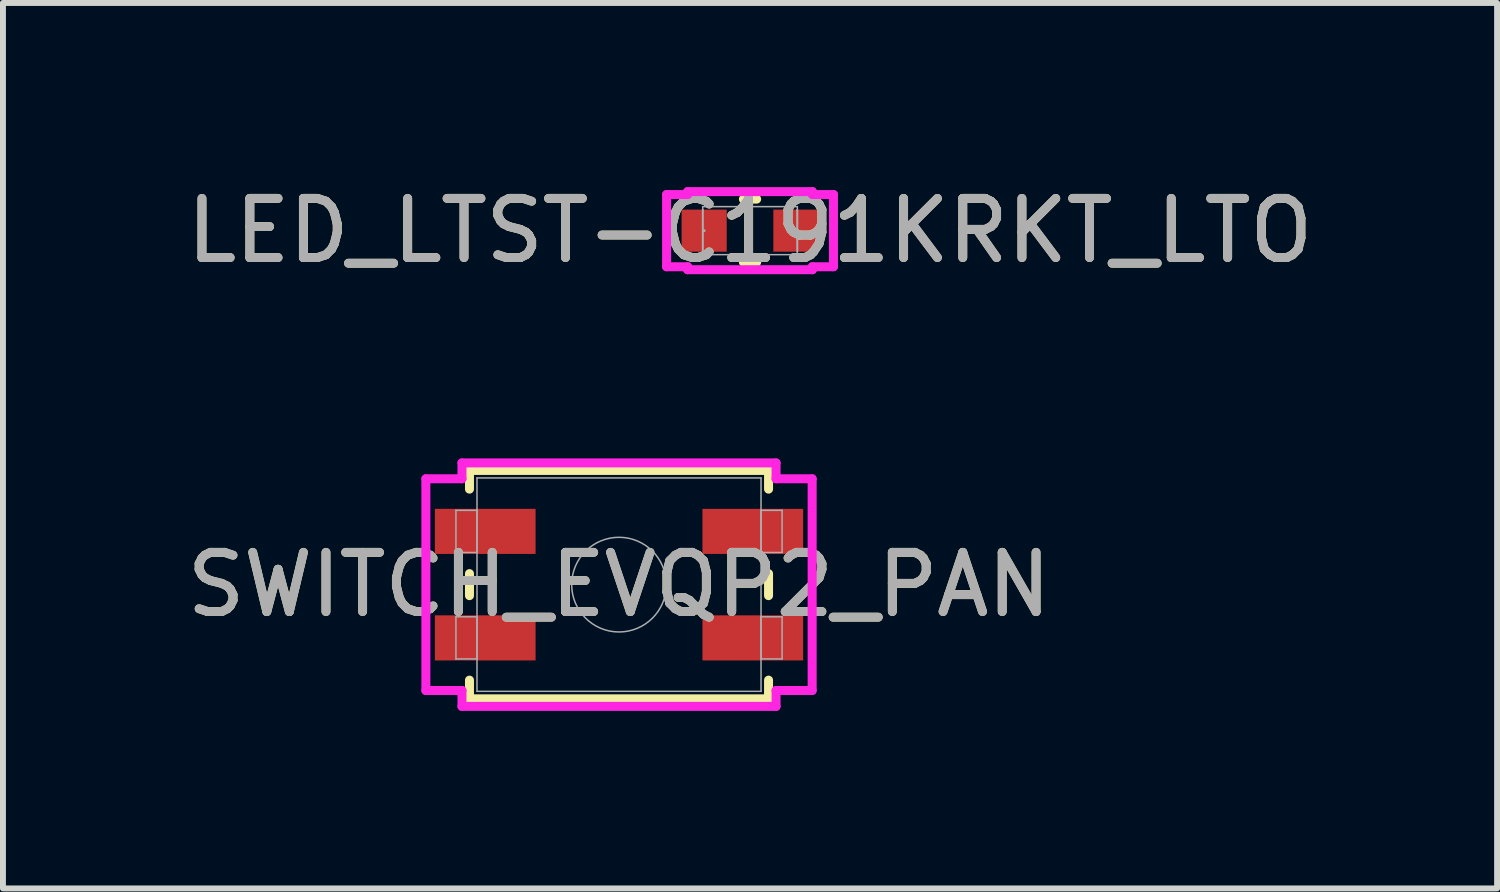
<source format=kicad_pcb>
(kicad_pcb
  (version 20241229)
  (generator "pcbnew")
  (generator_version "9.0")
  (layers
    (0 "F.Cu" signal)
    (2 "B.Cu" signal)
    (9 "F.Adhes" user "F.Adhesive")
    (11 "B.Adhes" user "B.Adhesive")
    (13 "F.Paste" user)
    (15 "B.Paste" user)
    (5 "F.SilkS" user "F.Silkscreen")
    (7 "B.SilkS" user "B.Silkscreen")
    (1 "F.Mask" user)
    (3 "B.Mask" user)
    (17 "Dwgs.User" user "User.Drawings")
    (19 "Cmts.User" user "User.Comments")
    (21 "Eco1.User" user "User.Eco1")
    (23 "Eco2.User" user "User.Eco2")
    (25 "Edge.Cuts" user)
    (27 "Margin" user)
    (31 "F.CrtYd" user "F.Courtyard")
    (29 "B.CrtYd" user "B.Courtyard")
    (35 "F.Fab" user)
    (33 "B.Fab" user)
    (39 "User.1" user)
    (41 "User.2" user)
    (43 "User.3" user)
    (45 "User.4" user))
  (footprint "SWITCH_EVQP2_PAN"
    (layer "F.Cu")
    (at 7.411 6.83)
    (property "Reference" "SWITCH_EVQP2_PAN" (at 0 0 0) (unlocked yes) (layer "F.SilkS") (effects (font (size 1 1) (thickness 0.15))))
    (attr smd)
    (fp_line (start -2.527 -1.93) (end -2.527 -1.614) (stroke (width 0.152) (type solid)) (layer "F.SilkS"))
    (fp_line (start -2.527 -0.186) (end -2.527 0.186) (stroke (width 0.152) (type solid)) (layer "F.SilkS"))
    (fp_line (start -2.527 1.614) (end -2.527 1.93) (stroke (width 0.152) (type solid)) (layer "F.SilkS"))
    (fp_line (start -2.527 1.93) (end 2.527 1.93) (stroke (width 0.152) (type solid)) (layer "F.SilkS"))
    (fp_line (start 2.527 -1.93) (end -2.527 -1.93) (stroke (width 0.152) (type solid)) (layer "F.SilkS"))
    (fp_line (start 2.527 -1.614) (end 2.527 -1.93) (stroke (width 0.152) (type solid)) (layer "F.SilkS"))
    (fp_line (start 2.527 0.186) (end 2.527 -0.186) (stroke (width 0.152) (type solid)) (layer "F.SilkS"))
    (fp_line (start 2.527 1.93) (end 2.527 1.614) (stroke (width 0.152) (type solid)) (layer "F.SilkS"))
    (fp_line (start -3.264 -1.789) (end -2.654 -1.789) (stroke (width 0.152) (type solid)) (layer "F.CrtYd"))
    (fp_line (start -3.264 1.789) (end -3.264 -1.789) (stroke (width 0.152) (type solid)) (layer "F.CrtYd"))
    (fp_line (start -2.654 -2.057) (end 2.654 -2.057) (stroke (width 0.152) (type solid)) (layer "F.CrtYd"))
    (fp_line (start -2.654 -1.789) (end -2.654 -2.057) (stroke (width 0.152) (type solid)) (layer "F.CrtYd"))
    (fp_line (start -2.654 1.789) (end -3.264 1.789) (stroke (width 0.152) (type solid)) (layer "F.CrtYd"))
    (fp_line (start -2.654 2.057) (end -2.654 1.789) (stroke (width 0.152) (type solid)) (layer "F.CrtYd"))
    (fp_line (start 2.654 -2.057) (end 2.654 -1.789) (stroke (width 0.152) (type solid)) (layer "F.CrtYd"))
    (fp_line (start 2.654 -1.789) (end 3.264 -1.789) (stroke (width 0.152) (type solid)) (layer "F.CrtYd"))
    (fp_line (start 2.654 1.789) (end 2.654 2.057) (stroke (width 0.152) (type solid)) (layer "F.CrtYd"))
    (fp_line (start 2.654 2.057) (end -2.654 2.057) (stroke (width 0.152) (type solid)) (layer "F.CrtYd"))
    (fp_line (start 3.264 -1.789) (end 3.264 1.789) (stroke (width 0.152) (type solid)) (layer "F.CrtYd"))
    (fp_line (start 3.264 1.789) (end 2.654 1.789) (stroke (width 0.152) (type solid)) (layer "F.CrtYd"))
    (fp_line (start -2.756 -1.256) (end -2.756 -0.544) (stroke (width 0.025) (type solid)) (layer "F.Fab"))
    (fp_line (start -2.756 -0.544) (end -2.4 -0.544) (stroke (width 0.025) (type solid)) (layer "F.Fab"))
    (fp_line (start -2.756 0.544) (end -2.756 1.256) (stroke (width 0.025) (type solid)) (layer "F.Fab"))
    (fp_line (start -2.756 1.256) (end -2.4 1.256) (stroke (width 0.025) (type solid)) (layer "F.Fab"))
    (fp_line (start -2.4 -1.803) (end -2.4 1.803) (stroke (width 0.025) (type solid)) (layer "F.Fab"))
    (fp_line (start -2.4 -1.256) (end -2.756 -1.256) (stroke (width 0.025) (type solid)) (layer "F.Fab"))
    (fp_line (start -2.4 -0.544) (end -2.4 -1.256) (stroke (width 0.025) (type solid)) (layer "F.Fab"))
    (fp_line (start -2.4 0.544) (end -2.756 0.544) (stroke (width 0.025) (type solid)) (layer "F.Fab"))
    (fp_line (start -2.4 1.256) (end -2.4 0.544) (stroke (width 0.025) (type solid)) (layer "F.Fab"))
    (fp_line (start -2.4 1.803) (end 2.4 1.803) (stroke (width 0.025) (type solid)) (layer "F.Fab"))
    (fp_line (start 2.4 -1.803) (end -2.4 -1.803) (stroke (width 0.025) (type solid)) (layer "F.Fab"))
    (fp_line (start 2.4 -1.256) (end 2.4 -0.544) (stroke (width 0.025) (type solid)) (layer "F.Fab"))
    (fp_line (start 2.4 -0.544) (end 2.756 -0.544) (stroke (width 0.025) (type solid)) (layer "F.Fab"))
    (fp_line (start 2.4 0.544) (end 2.4 1.256) (stroke (width 0.025) (type solid)) (layer "F.Fab"))
    (fp_line (start 2.4 1.256) (end 2.756 1.256) (stroke (width 0.025) (type solid)) (layer "F.Fab"))
    (fp_line (start 2.4 1.803) (end 2.4 -1.803) (stroke (width 0.025) (type solid)) (layer "F.Fab"))
    (fp_line (start 2.756 -1.256) (end 2.4 -1.256) (stroke (width 0.025) (type solid)) (layer "F.Fab"))
    (fp_line (start 2.756 -0.544) (end 2.756 -1.256) (stroke (width 0.025) (type solid)) (layer "F.Fab"))
    (fp_line (start 2.756 0.544) (end 2.4 0.544) (stroke (width 0.025) (type solid)) (layer "F.Fab"))
    (fp_line (start 2.756 1.256) (end 2.756 0.544) (stroke (width 0.025) (type solid)) (layer "F.Fab"))
    (fp_circle (center 0 0) (end 0.8 0) (stroke (width 0.025) (type solid)) (fill no) (layer "F.Fab"))
    (fp_text user "${REFERENCE}" (at 0 0 0) (unlocked yes) (layer "F.Fab") (effects (font (size 1 1) (thickness 0.15))))
    (pad "1" smd rect (at -2.261 -0.9) (size 1.702 0.762) (layers "F.Cu" "F.Mask" "F.Paste"))
    (pad "2" smd rect (at -2.261 0.9) (size 1.702 0.762) (layers "F.Cu" "F.Mask" "F.Paste"))
    (pad "3" smd rect (at 2.261 0.9) (size 1.702 0.762) (layers "F.Cu" "F.Mask" "F.Paste"))
    (pad "4" smd rect (at 2.261 -0.9) (size 1.702 0.762) (layers "F.Cu" "F.Mask" "F.Paste")))
  (footprint "LED_LTST-C191KRKT_LTO"
    (layer "F.Cu")
    (at 9.625 0.848)
    (property "Reference" "LED_LTST-C191KRKT_LTO" (at 0 0 0) (unlocked yes) (layer "F.SilkS") (effects (font (size 1 1) (thickness 0.15))))
    (attr smd)
    (fp_line (start -0.112 0.533) (end 0.112 0.533) (stroke (width 0.152) (type solid)) (layer "F.SilkS"))
    (fp_line (start 0.112 -0.533) (end -0.112 -0.533) (stroke (width 0.152) (type solid)) (layer "F.SilkS"))
    (fp_line (start -1.41 -0.61) (end -1.054 -0.61) (stroke (width 0.152) (type solid)) (layer "F.CrtYd"))
    (fp_line (start -1.41 0.61) (end -1.41 -0.61) (stroke (width 0.152) (type solid)) (layer "F.CrtYd"))
    (fp_line (start -1.054 -0.66) (end 1.054 -0.66) (stroke (width 0.152) (type solid)) (layer "F.CrtYd"))
    (fp_line (start -1.054 -0.61) (end -1.054 -0.66) (stroke (width 0.152) (type solid)) (layer "F.CrtYd"))
    (fp_line (start -1.054 0.61) (end -1.41 0.61) (stroke (width 0.152) (type solid)) (layer "F.CrtYd"))
    (fp_line (start -1.054 0.66) (end -1.054 0.61) (stroke (width 0.152) (type solid)) (layer "F.CrtYd"))
    (fp_line (start 1.054 -0.66) (end 1.054 -0.61) (stroke (width 0.152) (type solid)) (layer "F.CrtYd"))
    (fp_line (start 1.054 -0.61) (end 1.41 -0.61) (stroke (width 0.152) (type solid)) (layer "F.CrtYd"))
    (fp_line (start 1.054 0.61) (end 1.054 0.66) (stroke (width 0.152) (type solid)) (layer "F.CrtYd"))
    (fp_line (start 1.054 0.66) (end -1.054 0.66) (stroke (width 0.152) (type solid)) (layer "F.CrtYd"))
    (fp_line (start 1.41 -0.61) (end 1.41 0.61) (stroke (width 0.152) (type solid)) (layer "F.CrtYd"))
    (fp_line (start 1.41 0.61) (end 1.054 0.61) (stroke (width 0.152) (type solid)) (layer "F.CrtYd"))
    (fp_line (start -0.8 -0.406) (end -0.8 0.406) (stroke (width 0.025) (type solid)) (layer "F.Fab"))
    (fp_line (start -0.8 -0.356) (end -0.8 -0.356) (stroke (width 0.025) (type solid)) (layer "F.Fab"))
    (fp_line (start -0.8 -0.356) (end -0.8 0.356) (stroke (width 0.025) (type solid)) (layer "F.Fab"))
    (fp_line (start -0.8 0.356) (end -0.8 -0.356) (stroke (width 0.025) (type solid)) (layer "F.Fab"))
    (fp_line (start -0.8 0.356) (end -0.8 0.356) (stroke (width 0.025) (type solid)) (layer "F.Fab"))
    (fp_line (start -0.8 0.406) (end 0.8 0.406) (stroke (width 0.025) (type solid)) (layer "F.Fab"))
    (fp_line (start 0.8 -0.406) (end -0.8 -0.406) (stroke (width 0.025) (type solid)) (layer "F.Fab"))
    (fp_line (start 0.8 -0.356) (end 0.8 -0.356) (stroke (width 0.025) (type solid)) (layer "F.Fab"))
    (fp_line (start 0.8 -0.356) (end 0.8 0.356) (stroke (width 0.025) (type solid)) (layer "F.Fab"))
    (fp_line (start 0.8 0.356) (end 0.8 -0.356) (stroke (width 0.025) (type solid)) (layer "F.Fab"))
    (fp_line (start 0.8 0.356) (end 0.8 0.356) (stroke (width 0.025) (type solid)) (layer "F.Fab"))
    (fp_line (start 0.8 0.406) (end 0.8 -0.406) (stroke (width 0.025) (type solid)) (layer "F.Fab"))
    (fp_circle (center -0.775 0) (end -0.775 0) (stroke (width 0.025) (type solid)) (fill no) (layer "F.Fab"))
    (fp_text user "${REFERENCE}" (at 0 0 0) (unlocked yes) (layer "F.Fab") (effects (font (size 1 1) (thickness 0.15))))
    (pad "1" smd rect (at -0.775 0) (size 0.762 0.711) (layers "F.Cu" "F.Mask" "F.Paste"))
    (pad "2" smd rect (at 0.775 0) (size 0.762 0.711) (layers "F.Cu" "F.Mask" "F.Paste"))
    (zone (net_name "") (layer "F.Cu") (hatch full 0.508) (connect_pads) (min_thickness 0.254) (filled_areas_thickness no) (keepout (tracks not_allowed) (vias not_allowed) (pads allowed) (copperpour not_allowed) (footprints allowed)) (placement (enabled no)) (fill) (polygon (pts (xy 9.282 0.493) (xy 9.968 0.493) (xy 9.968 1.204) (xy 9.282 1.204)))))
  (gr_rect
    (start -3 -3)
    (end 22.25 11.964)
    (stroke (width 0.1) (type default))
    (fill no)
    (layer "Edge.Cuts")))
</source>
